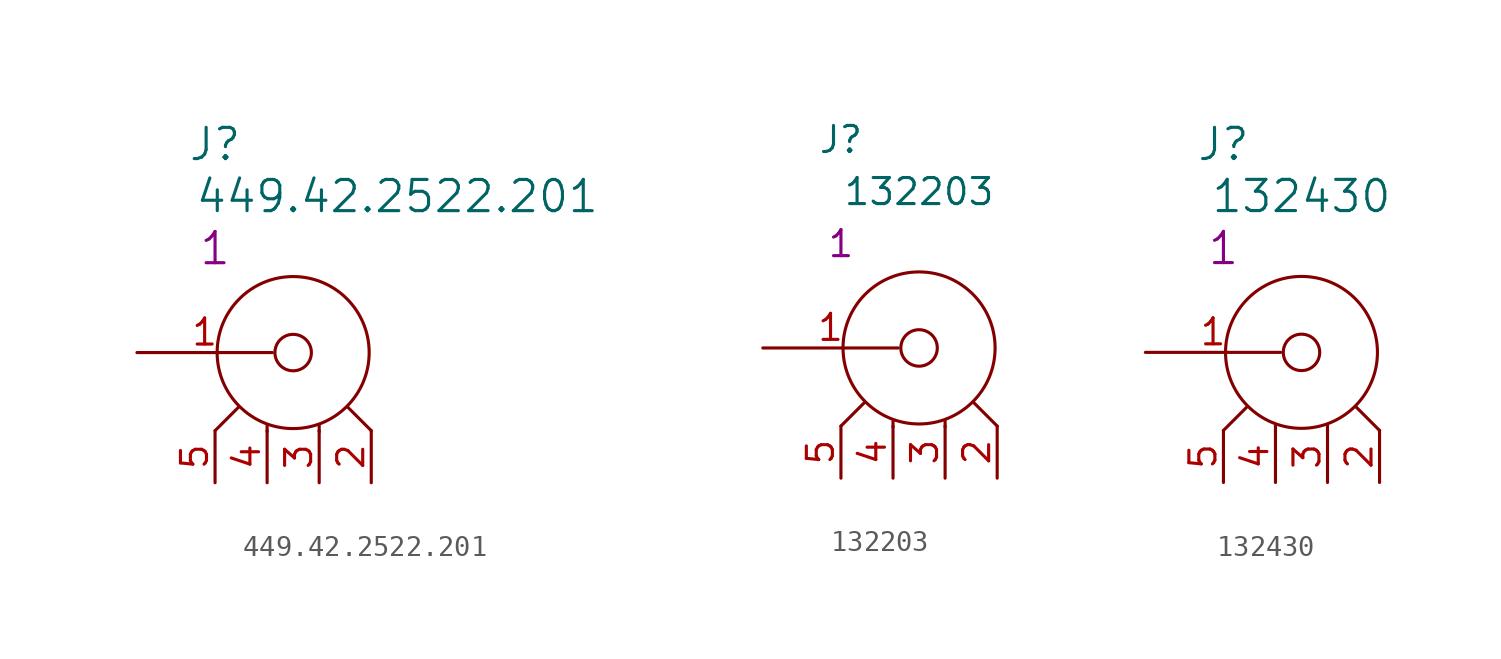
<source format=kicad_sym>
(kicad_symbol_lib
  (version 20211014)
  (generator kicad_symbol_editor)
  (symbol "449.42.2522.201"
    (pin_names
      (offset 1.016) hide)
    (property "Reference" "J"
      (at 3.81 10.16 0)
      (effects (font (size 1.524 1.524))))
    (property "Value" "449.42.2522.201"
      (at 12.7 7.62 0)
      (effects (font (size 1.524 1.524))))
    (property "Datasheet" ""
      (at 0 0 0)
      (effects (font (size 1.524 1.524))))
    (property "Qty" "1"
      (at 3.81 5.08 0)
      (effects (font (size 1.524 1.524))))
    (property "Height" ""
      (at 0 0 0)
      (effects (font (size 1.27 1.27))))
    (symbol "449.42.2522.201_0_1"
      (polyline (pts (xy 3.81 -3.81) (xy 4.953 -2.667)) (stroke (width 0) (type default) (color 0 0 0 0)) (fill (type none)))
      (polyline (pts (xy 6.35 -3.861) (xy 6.35 -3.556)) (stroke (width 0) (type default) (color 0 0 0 0)) (fill (type none)))
      (polyline (pts (xy 8.89 -3.861) (xy 8.89 -3.556)) (stroke (width 0) (type default) (color 0 0 0 0)) (fill (type none)))
      (polyline (pts (xy 11.43 -3.81) (xy 10.287 -2.667)) (stroke (width 0) (type default) (color 0 0 0 0)) (fill (type none)))
      (circle (center 7.62 0) (radius 0.889) (stroke (width 0) (type default) (color 0 0 0 0)) (fill (type none)))
      (circle (center 7.62 0) (radius 3.708) (stroke (width 0) (type default) (color 0 0 0 0)) (fill (type none))))
    (symbol "449.42.2522.201_1_1"
      (pin passive line (at 0 0 0) (length 6.604) (name "P" (effects (font (size 1.27 1.27)))) (number "1" (effects (font (size 1.27 1.27)))))
      (pin passive line (at 11.43 -6.35 90) (length 2.54) (name "GND0" (effects (font (size 1.27 1.27)))) (number "2" (effects (font (size 1.27 1.27)))))
      (pin passive line (at 8.89 -6.35 90) (length 2.54) (name "GND1" (effects (font (size 1.27 1.27)))) (number "3" (effects (font (size 1.27 1.27)))))
      (pin passive line (at 6.35 -6.35 90) (length 2.54) (name "GND2" (effects (font (size 1.27 1.27)))) (number "4" (effects (font (size 1.27 1.27)))))
      (pin passive line (at 3.81 -6.35 90) (length 2.54) (name "GND3" (effects (font (size 1.27 1.27)))) (number "5" (effects (font (size 1.27 1.27)))))))
  (symbol "132203"
    (pin_names
      (offset 1.016) hide)
    (property "Reference" "J"
      (at 3.81 10.16 0)
      (effects (font (size 1.27 1.27))))
    (property "Value" "132203"
      (at 7.62 7.62 0)
      (effects (font (size 1.27 1.27))))
    (property "Datasheet" ""
      (at 0 0 0)
      (effects (font (size 1.27 1.27))))
    (property "Qty" "1"
      (at 3.81 5.08 0)
      (effects (font (size 1.27 1.27))))
    (symbol "132203_0_1"
      (polyline (pts (xy 3.81 -3.81) (xy 4.953 -2.667)) (stroke (width 0) (type default) (color 0 0 0 0)) (fill (type none)))
      (polyline (pts (xy 6.35 -3.861) (xy 6.35 -3.556)) (stroke (width 0) (type default) (color 0 0 0 0)) (fill (type none)))
      (polyline (pts (xy 8.89 -3.861) (xy 8.89 -3.556)) (stroke (width 0) (type default) (color 0 0 0 0)) (fill (type none)))
      (polyline (pts (xy 11.43 -3.81) (xy 10.287 -2.667)) (stroke (width 0) (type default) (color 0 0 0 0)) (fill (type none)))
      (circle (center 7.62 0) (radius 0.889) (stroke (width 0) (type default) (color 0 0 0 0)) (fill (type none)))
      (circle (center 7.62 0) (radius 3.708) (stroke (width 0) (type default) (color 0 0 0 0)) (fill (type none))))
    (symbol "132203_1_1"
      (pin passive line (at 0 0 0) (length 6.604) (name "P" (effects (font (size 1.27 1.27)))) (number "1" (effects (font (size 1.27 1.27)))))
      (pin passive line (at 11.43 -6.35 90) (length 2.54) (name "GND0" (effects (font (size 1.27 1.27)))) (number "2" (effects (font (size 1.27 1.27)))))
      (pin passive line (at 8.89 -6.35 90) (length 2.54) (name "GND1" (effects (font (size 1.27 1.27)))) (number "3" (effects (font (size 1.27 1.27)))))
      (pin passive line (at 6.35 -6.35 90) (length 2.54) (name "GND2" (effects (font (size 1.27 1.27)))) (number "4" (effects (font (size 1.27 1.27)))))
      (pin passive line (at 3.81 -6.35 90) (length 2.54) (name "GND3" (effects (font (size 1.27 1.27)))) (number "5" (effects (font (size 1.27 1.27)))))))
  (symbol "132430"
    (pin_names
      (offset 1.016) hide)
    (property "Reference" "J"
      (at 3.81 10.16 0)
      (effects (font (size 1.524 1.524))))
    (property "Value" "132430"
      (at 7.62 7.62 0)
      (effects (font (size 1.524 1.524))))
    (property "Datasheet" ""
      (at 0 0 0)
      (effects (font (size 1.524 1.524))))
    (property "Qty" "1"
      (at 3.81 5.08 0)
      (effects (font (size 1.524 1.524))))
    (property "Height" ""
      (at 0 0 0)
      (effects (font (size 1.27 1.27))))
    (symbol "132430_0_1"
      (polyline (pts (xy 3.81 -3.81) (xy 4.953 -2.667)) (stroke (width 0) (type default) (color 0 0 0 0)) (fill (type none)))
      (polyline (pts (xy 6.35 -3.861) (xy 6.35 -3.556)) (stroke (width 0) (type default) (color 0 0 0 0)) (fill (type none)))
      (polyline (pts (xy 8.89 -3.861) (xy 8.89 -3.556)) (stroke (width 0) (type default) (color 0 0 0 0)) (fill (type none)))
      (polyline (pts (xy 11.43 -3.81) (xy 10.287 -2.667)) (stroke (width 0) (type default) (color 0 0 0 0)) (fill (type none)))
      (circle (center 7.62 0) (radius 0.889) (stroke (width 0) (type default) (color 0 0 0 0)) (fill (type none)))
      (circle (center 7.62 0) (radius 3.708) (stroke (width 0) (type default) (color 0 0 0 0)) (fill (type none))))
    (symbol "132430_1_1"
      (pin passive line (at 0 0 0) (length 6.604) (name "P" (effects (font (size 1.27 1.27)))) (number "1" (effects (font (size 1.27 1.27)))))
      (pin passive line (at 11.43 -6.35 90) (length 2.54) (name "GND0" (effects (font (size 1.27 1.27)))) (number "2" (effects (font (size 1.27 1.27)))))
      (pin passive line (at 8.89 -6.35 90) (length 2.54) (name "GND1" (effects (font (size 1.27 1.27)))) (number "3" (effects (font (size 1.27 1.27)))))
      (pin passive line (at 6.35 -6.35 90) (length 2.54) (name "GND2" (effects (font (size 1.27 1.27)))) (number "4" (effects (font (size 1.27 1.27)))))
      (pin passive line (at 3.81 -6.35 90) (length 2.54) (name "GND3" (effects (font (size 1.27 1.27)))) (number "5" (effects (font (size 1.27 1.27))))))))
</source>
